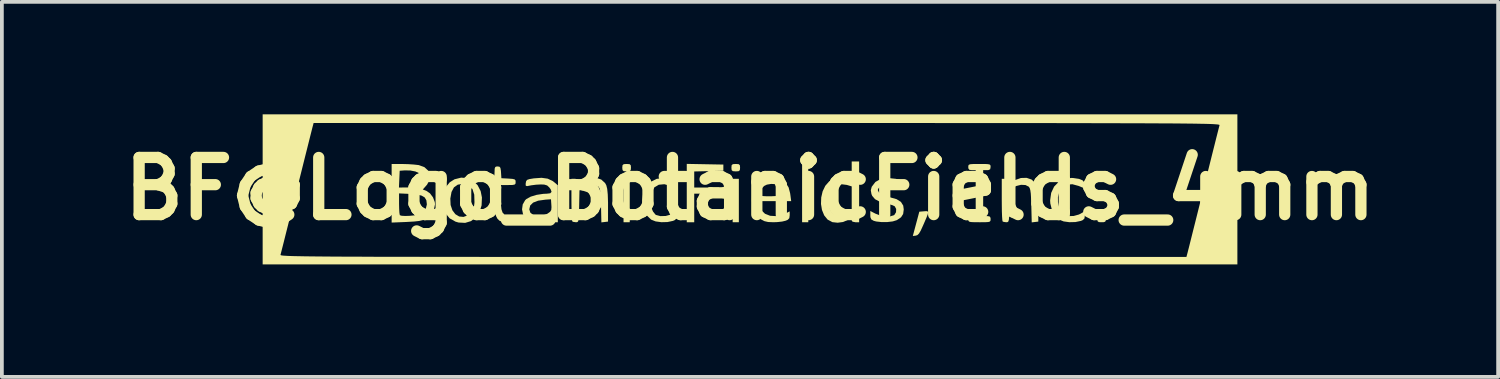
<source format=kicad_pcb>
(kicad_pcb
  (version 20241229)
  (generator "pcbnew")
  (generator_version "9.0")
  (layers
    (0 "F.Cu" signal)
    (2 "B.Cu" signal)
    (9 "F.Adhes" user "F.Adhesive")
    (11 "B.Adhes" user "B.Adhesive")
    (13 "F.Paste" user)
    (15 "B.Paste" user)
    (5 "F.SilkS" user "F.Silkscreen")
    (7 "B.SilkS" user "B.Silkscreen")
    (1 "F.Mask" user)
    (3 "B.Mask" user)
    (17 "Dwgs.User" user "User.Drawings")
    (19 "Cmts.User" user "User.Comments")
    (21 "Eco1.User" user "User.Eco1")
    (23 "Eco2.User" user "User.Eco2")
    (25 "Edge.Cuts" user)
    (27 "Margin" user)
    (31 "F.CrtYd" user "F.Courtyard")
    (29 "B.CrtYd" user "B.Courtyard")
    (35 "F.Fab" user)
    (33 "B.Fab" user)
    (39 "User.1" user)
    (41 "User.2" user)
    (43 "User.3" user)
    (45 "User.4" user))
  (footprint "BF@Logo_BotanicFields_4mm"
    (layer "F.Cu")
    (at 16.953 1.984)
    (property "Reference" "BF@Logo_BotanicFields_4mm" (at 0 0 0) (layer "F.SilkS") (effects (font (size 1.524 1.524) (thickness 0.3))))
    (attr board_only exclude_from_pos_files exclude_from_bom)
    (fp_poly (pts (xy -3.208 0.893) (xy -3.373 0.893) (xy -3.373 -0.265) (xy -3.208 -0.265)) (stroke (width 0) (type solid)) (fill yes) (layer "F.SilkS"))
    (fp_poly (pts (xy -0.298 0.893) (xy -0.463 0.893) (xy -0.463 -0.265) (xy -0.298 -0.265)) (stroke (width 0) (type solid)) (fill yes) (layer "F.SilkS"))
    (fp_poly (pts (xy 1.554 0.893) (xy 1.389 0.893) (xy 1.389 -0.728) (xy 1.554 -0.728)) (stroke (width 0) (type solid)) (fill yes) (layer "F.SilkS"))
    (fp_poly (pts (xy -3.213 -0.656) (xy -3.181 -0.628) (xy -3.175 -0.562) (xy -3.181 -0.496) (xy -3.214 -0.468) (xy -3.291 -0.463) (xy -3.369 -0.469) (xy -3.4 -0.497) (xy -3.407 -0.562) (xy -3.4 -0.629) (xy -3.367 -0.656) (xy -3.291 -0.661)) (stroke (width 0) (type solid)) (fill yes) (layer "F.SilkS"))
    (fp_poly (pts (xy -1.199 -0.654) (xy -0.711 -0.645) (xy -0.711 -0.48) (xy -1.1 -0.47) (xy -1.488 -0.461) (xy -1.488 -0.033) (xy -0.827 -0.033) (xy -0.827 0.132) (xy -1.488 0.132) (xy -1.488 0.893) (xy -1.687 0.893) (xy -1.687 -0.663)) (stroke (width 0) (type solid)) (fill yes) (layer "F.SilkS"))
    (fp_poly (pts (xy -0.303 -0.656) (xy -0.271 -0.628) (xy -0.265 -0.562) (xy -0.271 -0.496) (xy -0.304 -0.468) (xy -0.38 -0.463) (xy -0.458 -0.469) (xy -0.49 -0.497) (xy -0.496 -0.562) (xy -0.49 -0.629) (xy -0.457 -0.656) (xy -0.38 -0.661)) (stroke (width 0) (type solid)) (fill yes) (layer "F.SilkS"))
    (fp_poly (pts (xy 4.736 0.602) (xy 4.75 0.627) (xy 4.74 0.679) (xy 4.706 0.769) (xy 4.647 0.907) (xy 4.614 0.982) (xy 4.554 1.114) (xy 4.507 1.194) (xy 4.464 1.236) (xy 4.422 1.25) (xy 4.342 1.26) (xy 4.515 0.612) (xy 4.642 0.601) (xy 4.7 0.597)) (stroke (width 0) (type solid)) (fill yes) (layer "F.SilkS"))
    (fp_poly (pts (xy 9.447 0.598) (xy 9.481 0.62) (xy 9.491 0.678) (xy 9.492 0.744) (xy 9.489 0.836) (xy 9.473 0.879) (xy 9.428 0.892) (xy 9.376 0.893) (xy 9.305 0.89) (xy 9.271 0.868) (xy 9.261 0.81) (xy 9.26 0.744) (xy 9.263 0.653) (xy 9.28 0.609) (xy 9.325 0.596) (xy 9.376 0.595)) (stroke (width 0) (type solid)) (fill yes) (layer "F.SilkS"))
    (fp_poly (pts (xy -2.26 -0.286) (xy -2.107 -0.263) (xy -2.011 -0.224) (xy -1.962 -0.165) (xy -1.951 -0.101) (xy -1.951 -0.006) (xy -2.116 -0.075) (xy -2.286 -0.121) (xy -2.433 -0.107) (xy -2.551 -0.037) (xy -2.633 0.086) (xy -2.669 0.226) (xy -2.668 0.355) (xy -2.638 0.49) (xy -2.587 0.608) (xy -2.523 0.688) (xy -2.506 0.699) (xy -2.39 0.73) (xy -2.249 0.726) (xy -2.112 0.688) (xy -2.065 0.665) (xy -1.951 0.598) (xy -1.951 0.709) (xy -1.961 0.791) (xy -2.004 0.835) (xy -2.055 0.857) (xy -2.202 0.888) (xy -2.364 0.892) (xy -2.517 0.871) (xy -2.634 0.825) (xy -2.636 0.824) (xy -2.746 0.718) (xy -2.828 0.568) (xy -2.872 0.393) (xy -2.877 0.309) (xy -2.849 0.11) (xy -2.771 -0.057) (xy -2.649 -0.183) (xy -2.492 -0.263) (xy -2.307 -0.289)) (stroke (width 0) (type solid)) (fill yes) (layer "F.SilkS"))
    (fp_poly (pts (xy 8.621 -0.286) (xy 8.774 -0.263) (xy 8.87 -0.224) (xy 8.919 -0.165) (xy 8.93 -0.101) (xy 8.93 -0.006) (xy 8.765 -0.075) (xy 8.595 -0.121) (xy 8.448 -0.107) (xy 8.33 -0.037) (xy 8.248 0.086) (xy 8.212 0.226) (xy 8.213 0.355) (xy 8.243 0.49) (xy 8.294 0.608) (xy 8.358 0.688) (xy 8.375 0.699) (xy 8.491 0.73) (xy 8.632 0.726) (xy 8.769 0.688) (xy 8.816 0.665) (xy 8.93 0.598) (xy 8.93 0.709) (xy 8.92 0.791) (xy 8.877 0.835) (xy 8.826 0.857) (xy 8.679 0.888) (xy 8.517 0.892) (xy 8.364 0.871) (xy 8.247 0.825) (xy 8.245 0.824) (xy 8.135 0.718) (xy 8.053 0.568) (xy 8.009 0.393) (xy 8.004 0.309) (xy 8.032 0.11) (xy 8.11 -0.057) (xy 8.232 -0.183) (xy 8.389 -0.263) (xy 8.574 -0.289)) (stroke (width 0) (type solid)) (fill yes) (layer "F.SilkS"))
    (fp_poly (pts (xy 6.259 -0.661) (xy 6.347 -0.656) (xy 6.394 -0.645) (xy 6.413 -0.623) (xy 6.416 -0.586) (xy 6.416 -0.579) (xy 6.405 -0.52) (xy 6.36 -0.498) (xy 6.317 -0.496) (xy 6.218 -0.496) (xy 6.218 0.728) (xy 6.317 0.728) (xy 6.388 0.737) (xy 6.414 0.774) (xy 6.416 0.81) (xy 6.414 0.849) (xy 6.398 0.874) (xy 6.357 0.887) (xy 6.276 0.892) (xy 6.145 0.893) (xy 6.118 0.893) (xy 5.978 0.892) (xy 5.89 0.888) (xy 5.843 0.876) (xy 5.824 0.854) (xy 5.821 0.818) (xy 5.821 0.81) (xy 5.832 0.751) (xy 5.877 0.73) (xy 5.92 0.728) (xy 6.019 0.728) (xy 6.019 -0.496) (xy 5.92 -0.496) (xy 5.849 -0.505) (xy 5.823 -0.543) (xy 5.821 -0.579) (xy 5.823 -0.618) (xy 5.839 -0.642) (xy 5.88 -0.655) (xy 5.961 -0.66) (xy 6.092 -0.661) (xy 6.118 -0.661)) (stroke (width 0) (type solid)) (fill yes) (layer "F.SilkS"))
    (fp_poly (pts (xy -7.534 -0.282) (xy -7.385 -0.213) (xy -7.266 -0.096) (xy -7.184 0.063) (xy -7.15 0.232) (xy -7.159 0.444) (xy -7.215 0.624) (xy -7.312 0.765) (xy -7.441 0.863) (xy -7.597 0.91) (xy -7.773 0.901) (xy -7.855 0.877) (xy -8.011 0.789) (xy -8.121 0.654) (xy -8.167 0.537) (xy -8.201 0.325) (xy -8.195 0.262) (xy -7.993 0.262) (xy -7.985 0.434) (xy -7.937 0.575) (xy -7.858 0.679) (xy -7.757 0.74) (xy -7.642 0.751) (xy -7.521 0.707) (xy -7.443 0.645) (xy -7.394 0.582) (xy -7.366 0.501) (xy -7.35 0.38) (xy -7.349 0.353) (xy -7.355 0.158) (xy -7.402 0.011) (xy -7.487 -0.086) (xy -7.609 -0.13) (xy -7.653 -0.132) (xy -7.794 -0.109) (xy -7.896 -0.037) (xy -7.961 0.086) (xy -7.993 0.262) (xy -8.195 0.262) (xy -8.183 0.129) (xy -8.116 -0.041) (xy -8.006 -0.175) (xy -7.881 -0.252) (xy -7.702 -0.297)) (stroke (width 0) (type solid)) (fill yes) (layer "F.SilkS"))
    (fp_poly (pts (xy -3.967 -0.245) (xy -3.866 -0.153) (xy -3.833 -0.093) (xy -3.809 0.002) (xy -3.794 0.153) (xy -3.787 0.364) (xy -3.787 0.446) (xy -3.787 0.876) (xy -3.964 0.897) (xy -3.974 0.45) (xy -3.98 0.262) (xy -3.988 0.129) (xy -4 0.04) (xy -4.017 -0.017) (xy -4.04 -0.053) (xy -4.043 -0.055) (xy -4.13 -0.099) (xy -4.249 -0.105) (xy -4.378 -0.073) (xy -4.44 -0.043) (xy -4.548 0.02) (xy -4.557 0.457) (xy -4.561 0.633) (xy -4.566 0.754) (xy -4.574 0.83) (xy -4.586 0.872) (xy -4.606 0.889) (xy -4.635 0.893) (xy -4.642 0.893) (xy -4.711 0.884) (xy -4.74 0.871) (xy -4.748 0.832) (xy -4.754 0.738) (xy -4.759 0.601) (xy -4.762 0.432) (xy -4.763 0.292) (xy -4.763 -0.265) (xy -4.663 -0.265) (xy -4.585 -0.25) (xy -4.564 -0.215) (xy -4.56 -0.178) (xy -4.538 -0.17) (xy -4.484 -0.192) (xy -4.407 -0.232) (xy -4.251 -0.287) (xy -4.099 -0.291)) (stroke (width 0) (type solid)) (fill yes) (layer "F.SilkS"))
    (fp_poly (pts (xy 7.51 -0.245) (xy 7.61 -0.153) (xy 7.643 -0.093) (xy 7.667 0.002) (xy 7.682 0.153) (xy 7.689 0.364) (xy 7.689 0.446) (xy 7.689 0.876) (xy 7.513 0.897) (xy 7.502 0.45) (xy 7.496 0.262) (xy 7.488 0.129) (xy 7.476 0.04) (xy 7.459 -0.017) (xy 7.436 -0.053) (xy 7.434 -0.055) (xy 7.347 -0.099) (xy 7.228 -0.105) (xy 7.099 -0.073) (xy 7.037 -0.043) (xy 6.929 0.02) (xy 6.92 0.457) (xy 6.915 0.633) (xy 6.911 0.754) (xy 6.903 0.83) (xy 6.89 0.872) (xy 6.87 0.889) (xy 6.842 0.893) (xy 6.834 0.893) (xy 6.765 0.884) (xy 6.736 0.871) (xy 6.729 0.832) (xy 6.722 0.738) (xy 6.717 0.601) (xy 6.715 0.432) (xy 6.714 0.292) (xy 6.714 -0.265) (xy 6.813 -0.265) (xy 6.892 -0.25) (xy 6.912 -0.215) (xy 6.916 -0.178) (xy 6.938 -0.17) (xy 6.993 -0.192) (xy 7.069 -0.232) (xy 7.226 -0.287) (xy 7.377 -0.291)) (stroke (width 0) (type solid)) (fill yes) (layer "F.SilkS"))
    (fp_poly (pts (xy 2.91 0.893) (xy 2.811 0.893) (xy 2.732 0.878) (xy 2.712 0.843) (xy 2.697 0.8) (xy 2.65 0.806) (xy 2.595 0.839) (xy 2.48 0.887) (xy 2.337 0.906) (xy 2.199 0.891) (xy 2.193 0.889) (xy 2.069 0.822) (xy 1.978 0.71) (xy 1.919 0.566) (xy 1.893 0.406) (xy 2.093 0.406) (xy 2.14 0.569) (xy 2.187 0.643) (xy 2.279 0.709) (xy 2.4 0.728) (xy 2.534 0.697) (xy 2.604 0.662) (xy 2.712 0.596) (xy 2.712 -0.063) (xy 2.583 -0.102) (xy 2.42 -0.123) (xy 2.282 -0.084) (xy 2.177 0.008) (xy 2.111 0.15) (xy 2.099 0.208) (xy 2.093 0.406) (xy 1.893 0.406) (xy 1.893 0.403) (xy 1.899 0.232) (xy 1.937 0.068) (xy 2.008 -0.079) (xy 2.11 -0.195) (xy 2.209 -0.254) (xy 2.349 -0.286) (xy 2.51 -0.284) (xy 2.654 -0.248) (xy 2.683 -0.242) (xy 2.701 -0.263) (xy 2.709 -0.322) (xy 2.712 -0.431) (xy 2.712 -0.476) (xy 2.712 -0.728) (xy 2.91 -0.728)) (stroke (width 0) (type solid)) (fill yes) (layer "F.SilkS"))
    (fp_poly (pts (xy -6.683 -0.588) (xy -6.657 -0.556) (xy -6.644 -0.482) (xy -6.641 -0.438) (xy -6.631 -0.281) (xy -6.441 -0.271) (xy -6.334 -0.263) (xy -6.277 -0.249) (xy -6.254 -0.221) (xy -6.251 -0.18) (xy -6.255 -0.135) (xy -6.279 -0.111) (xy -6.337 -0.101) (xy -6.446 -0.099) (xy -6.449 -0.099) (xy -6.648 -0.099) (xy -6.647 0.223) (xy -6.643 0.414) (xy -6.629 0.548) (xy -6.599 0.636) (xy -6.55 0.686) (xy -6.477 0.707) (xy -6.407 0.711) (xy -6.312 0.714) (xy -6.266 0.729) (xy -6.252 0.767) (xy -6.251 0.802) (xy -6.254 0.853) (xy -6.275 0.88) (xy -6.33 0.891) (xy -6.434 0.892) (xy -6.441 0.892) (xy -6.555 0.885) (xy -6.646 0.867) (xy -6.684 0.851) (xy -6.737 0.798) (xy -6.774 0.727) (xy -6.798 0.627) (xy -6.81 0.486) (xy -6.813 0.291) (xy -6.813 0.283) (xy -6.814 0.119) (xy -6.817 0.01) (xy -6.825 -0.055) (xy -6.84 -0.087) (xy -6.863 -0.098) (xy -6.879 -0.099) (xy -6.932 -0.12) (xy -6.945 -0.178) (xy -6.92 -0.251) (xy -6.879 -0.274) (xy -6.837 -0.298) (xy -6.818 -0.351) (xy -6.813 -0.443) (xy -6.81 -0.536) (xy -6.793 -0.581) (xy -6.755 -0.595) (xy -6.732 -0.595)) (stroke (width 0) (type solid)) (fill yes) (layer "F.SilkS"))
    (fp_poly (pts (xy 3.878 -0.266) (xy 3.881 -0.266) (xy 3.986 -0.242) (xy 4.042 -0.218) (xy 4.064 -0.182) (xy 4.068 -0.12) (xy 4.068 -0.115) (xy 4.068 -0.003) (xy 3.927 -0.067) (xy 3.768 -0.119) (xy 3.624 -0.128) (xy 3.509 -0.094) (xy 3.473 -0.066) (xy 3.424 -0.007) (xy 3.407 0.033) (xy 3.438 0.099) (xy 3.524 0.16) (xy 3.656 0.21) (xy 3.736 0.229) (xy 3.909 0.278) (xy 4.024 0.35) (xy 4.086 0.449) (xy 4.1 0.552) (xy 4.084 0.673) (xy 4.028 0.761) (xy 3.921 0.834) (xy 3.913 0.838) (xy 3.807 0.871) (xy 3.664 0.888) (xy 3.508 0.889) (xy 3.366 0.873) (xy 3.299 0.855) (xy 3.235 0.818) (xy 3.21 0.758) (xy 3.208 0.708) (xy 3.208 0.594) (xy 3.349 0.666) (xy 3.475 0.713) (xy 3.612 0.737) (xy 3.74 0.735) (xy 3.835 0.707) (xy 3.85 0.697) (xy 3.894 0.626) (xy 3.898 0.539) (xy 3.86 0.469) (xy 3.859 0.468) (xy 3.804 0.441) (xy 3.708 0.411) (xy 3.636 0.394) (xy 3.457 0.344) (xy 3.334 0.278) (xy 3.259 0.19) (xy 3.239 0.143) (xy 3.221 0.04) (xy 3.246 -0.052) (xy 3.247 -0.054) (xy 3.344 -0.181) (xy 3.483 -0.26) (xy 3.662 -0.288)) (stroke (width 0) (type solid)) (fill yes) (layer "F.SilkS"))
    (fp_poly (pts (xy 0.741 -0.281) (xy 0.85 -0.233) (xy 0.959 -0.146) (xy 1.029 -0.036) (xy 1.069 0.117) (xy 1.075 0.157) (xy 1.098 0.331) (xy 0.223 0.331) (xy 0.244 0.438) (xy 0.299 0.571) (xy 0.4 0.667) (xy 0.536 0.721) (xy 0.696 0.73) (xy 0.868 0.692) (xy 0.934 0.663) (xy 1.058 0.604) (xy 1.058 0.709) (xy 1.048 0.785) (xy 1.004 0.83) (xy 0.948 0.853) (xy 0.856 0.875) (xy 0.728 0.889) (xy 0.623 0.893) (xy 0.483 0.887) (xy 0.384 0.864) (xy 0.299 0.82) (xy 0.297 0.819) (xy 0.174 0.721) (xy 0.099 0.617) (xy 0.06 0.489) (xy 0.05 0.318) (xy 0.053 0.18) (xy 0.056 0.163) (xy 0.232 0.163) (xy 0.262 0.183) (xy 0.34 0.195) (xy 0.45 0.201) (xy 0.575 0.2) (xy 0.697 0.194) (xy 0.8 0.181) (xy 0.866 0.164) (xy 0.88 0.151) (xy 0.877 0.082) (xy 0.838 -0.004) (xy 0.776 -0.08) (xy 0.764 -0.09) (xy 0.678 -0.123) (xy 0.564 -0.129) (xy 0.45 -0.11) (xy 0.376 -0.074) (xy 0.303 0.005) (xy 0.249 0.096) (xy 0.232 0.163) (xy 0.056 0.163) (xy 0.069 0.084) (xy 0.102 0.003) (xy 0.138 -0.055) (xy 0.257 -0.182) (xy 0.408 -0.265) (xy 0.575 -0.299)) (stroke (width 0) (type solid)) (fill yes) (layer "F.SilkS"))
    (fp_poly (pts (xy -5.395 -0.269) (xy -5.263 -0.206) (xy -5.226 -0.178) (xy -5.126 -0.093) (xy -5.126 0.893) (xy -5.209 0.893) (xy -5.274 0.877) (xy -5.292 0.828) (xy -5.295 0.787) (xy -5.315 0.781) (xy -5.37 0.809) (xy -5.399 0.826) (xy -5.555 0.891) (xy -5.718 0.911) (xy -5.863 0.885) (xy -5.877 0.879) (xy -5.985 0.799) (xy -6.053 0.683) (xy -6.08 0.55) (xy -6.08 0.549) (xy -5.887 0.549) (xy -5.859 0.637) (xy -5.784 0.696) (xy -5.677 0.725) (xy -5.552 0.72) (xy -5.426 0.677) (xy -5.397 0.661) (xy -5.331 0.614) (xy -5.301 0.566) (xy -5.295 0.49) (xy -5.298 0.438) (xy -5.308 0.281) (xy -5.457 0.291) (xy -5.65 0.318) (xy -5.785 0.37) (xy -5.863 0.447) (xy -5.887 0.549) (xy -6.08 0.549) (xy -6.062 0.418) (xy -5.997 0.305) (xy -5.964 0.274) (xy -5.85 0.211) (xy -5.692 0.163) (xy -5.515 0.136) (xy -5.422 0.132) (xy -5.328 0.121) (xy -5.293 0.083) (xy -5.316 0.016) (xy -5.355 -0.037) (xy -5.411 -0.088) (xy -5.487 -0.111) (xy -5.578 -0.115) (xy -5.706 -0.108) (xy -5.832 -0.092) (xy -5.865 -0.086) (xy -5.946 -0.07) (xy -5.98 -0.08) (xy -5.984 -0.123) (xy -5.981 -0.153) (xy -5.97 -0.206) (xy -5.942 -0.238) (xy -5.882 -0.258) (xy -5.772 -0.276) (xy -5.766 -0.277) (xy -5.559 -0.292)) (stroke (width 0) (type solid)) (fill yes) (layer "F.SilkS"))
    (fp_poly (pts (xy -9.269 -0.66) (xy -9.115 -0.656) (xy -8.967 -0.646) (xy -8.851 -0.633) (xy -8.831 -0.63) (xy -8.684 -0.576) (xy -8.585 -0.485) (xy -8.537 -0.37) (xy -8.544 -0.241) (xy -8.612 -0.111) (xy -8.63 -0.09) (xy -8.727 0.02) (xy -8.631 0.056) (xy -8.535 0.123) (xy -8.455 0.23) (xy -8.407 0.355) (xy -8.401 0.414) (xy -8.431 0.559) (xy -8.511 0.694) (xy -8.628 0.795) (xy -8.646 0.805) (xy -8.724 0.836) (xy -8.824 0.859) (xy -8.961 0.874) (xy -9.149 0.885) (xy -9.164 0.886) (xy -9.558 0.902) (xy -9.558 0.124) (xy -9.36 0.124) (xy -9.36 0.404) (xy -9.357 0.534) (xy -9.351 0.638) (xy -9.341 0.698) (xy -9.338 0.706) (xy -9.288 0.721) (xy -9.194 0.726) (xy -9.077 0.722) (xy -8.957 0.71) (xy -8.883 0.696) (xy -8.739 0.639) (xy -8.651 0.547) (xy -8.619 0.421) (xy -8.619 0.413) (xy -8.632 0.307) (xy -8.677 0.231) (xy -8.762 0.182) (xy -8.897 0.152) (xy -9.061 0.138) (xy -9.36 0.124) (xy -9.558 0.124) (xy -9.558 -0.033) (xy -9.363 -0.033) (xy -9.154 -0.034) (xy -9.03 -0.04) (xy -8.922 -0.057) (xy -8.866 -0.075) (xy -8.789 -0.147) (xy -8.755 -0.252) (xy -8.767 -0.355) (xy -8.822 -0.415) (xy -8.925 -0.461) (xy -9.06 -0.487) (xy -9.205 -0.49) (xy -9.343 -0.48) (xy -9.353 -0.256) (xy -9.363 -0.033) (xy -9.558 -0.033) (xy -9.558 -0.661)) (stroke (width 0) (type solid)) (fill yes) (layer "F.SilkS"))
    (fp_poly (pts (xy 12.998 2.017) (xy -12.998 2.017) (xy -12.998 1.761) (xy -12.522 1.761) (xy -12.521 1.766) (xy -12.515 1.771) (xy -12.501 1.776) (xy -12.477 1.78) (xy -12.442 1.784) (xy -12.393 1.787) (xy -12.329 1.791) (xy -12.247 1.794) (xy -12.146 1.797) (xy -12.023 1.799) (xy -11.876 1.802) (xy -11.704 1.804) (xy -11.504 1.806) (xy -11.275 1.808) (xy -11.014 1.81) (xy -10.72 1.811) (xy -10.391 1.812) (xy -10.024 1.814) (xy -9.617 1.815) (xy -9.17 1.815) (xy -8.678 1.816) (xy -8.142 1.817) (xy -7.558 1.817) (xy -6.924 1.818) (xy -6.24 1.818) (xy -5.502 1.818) (xy -4.708 1.819) (xy -3.858 1.819) (xy -2.948 1.819) (xy -1.977 1.819) (xy -0.942 1.819) (xy -0.45 1.819) (xy 11.639 1.819) (xy 11.672 1.695) (xy 11.686 1.639) (xy 11.715 1.525) (xy 11.756 1.361) (xy 11.808 1.153) (xy 11.87 0.907) (xy 11.939 0.631) (xy 12.014 0.331) (xy 12.093 0.013) (xy 12.104 -0.033) (xy 12.183 -0.349) (xy 12.258 -0.648) (xy 12.326 -0.921) (xy 12.387 -1.163) (xy 12.438 -1.367) (xy 12.479 -1.528) (xy 12.507 -1.638) (xy 12.521 -1.692) (xy 12.522 -1.695) (xy 12.521 -1.7) (xy 12.515 -1.705) (xy 12.501 -1.709) (xy 12.477 -1.714) (xy 12.442 -1.717) (xy 12.393 -1.721) (xy 12.329 -1.725) (xy 12.247 -1.728) (xy 12.146 -1.731) (xy 12.023 -1.733) (xy 11.876 -1.736) (xy 11.704 -1.738) (xy 11.504 -1.74) (xy 11.275 -1.742) (xy 11.014 -1.743) (xy 10.72 -1.745) (xy 10.391 -1.746) (xy 10.024 -1.747) (xy 9.617 -1.748) (xy 9.17 -1.749) (xy 8.678 -1.75) (xy 8.142 -1.751) (xy 7.558 -1.751) (xy 6.924 -1.752) (xy 6.24 -1.752) (xy 5.502 -1.752) (xy 4.708 -1.753) (xy 3.858 -1.753) (xy 2.948 -1.753) (xy 1.977 -1.753) (xy 0.942 -1.753) (xy 0.45 -1.753) (xy -11.639 -1.753) (xy -11.672 -1.629) (xy -11.686 -1.573) (xy -11.715 -1.459) (xy -11.756 -1.295) (xy -11.808 -1.087) (xy -11.87 -0.841) (xy -11.939 -0.565) (xy -12.014 -0.265) (xy -12.093 0.053) (xy -12.104 0.099) (xy -12.183 0.416) (xy -12.258 0.714) (xy -12.326 0.987) (xy -12.387 1.229) (xy -12.438 1.433) (xy -12.479 1.594) (xy -12.507 1.704) (xy -12.521 1.758) (xy -12.522 1.761) (xy -12.998 1.761) (xy -12.998 -1.984) (xy 12.998 -1.984)) (stroke (width 0) (type solid)) (fill yes) (layer "F.SilkS")))
  (gr_rect
    (start -3 -3)
    (end 36.905 7.002)
    (stroke (width 0.1) (type default))
    (fill no)
    (layer "Edge.Cuts")))
</source>
